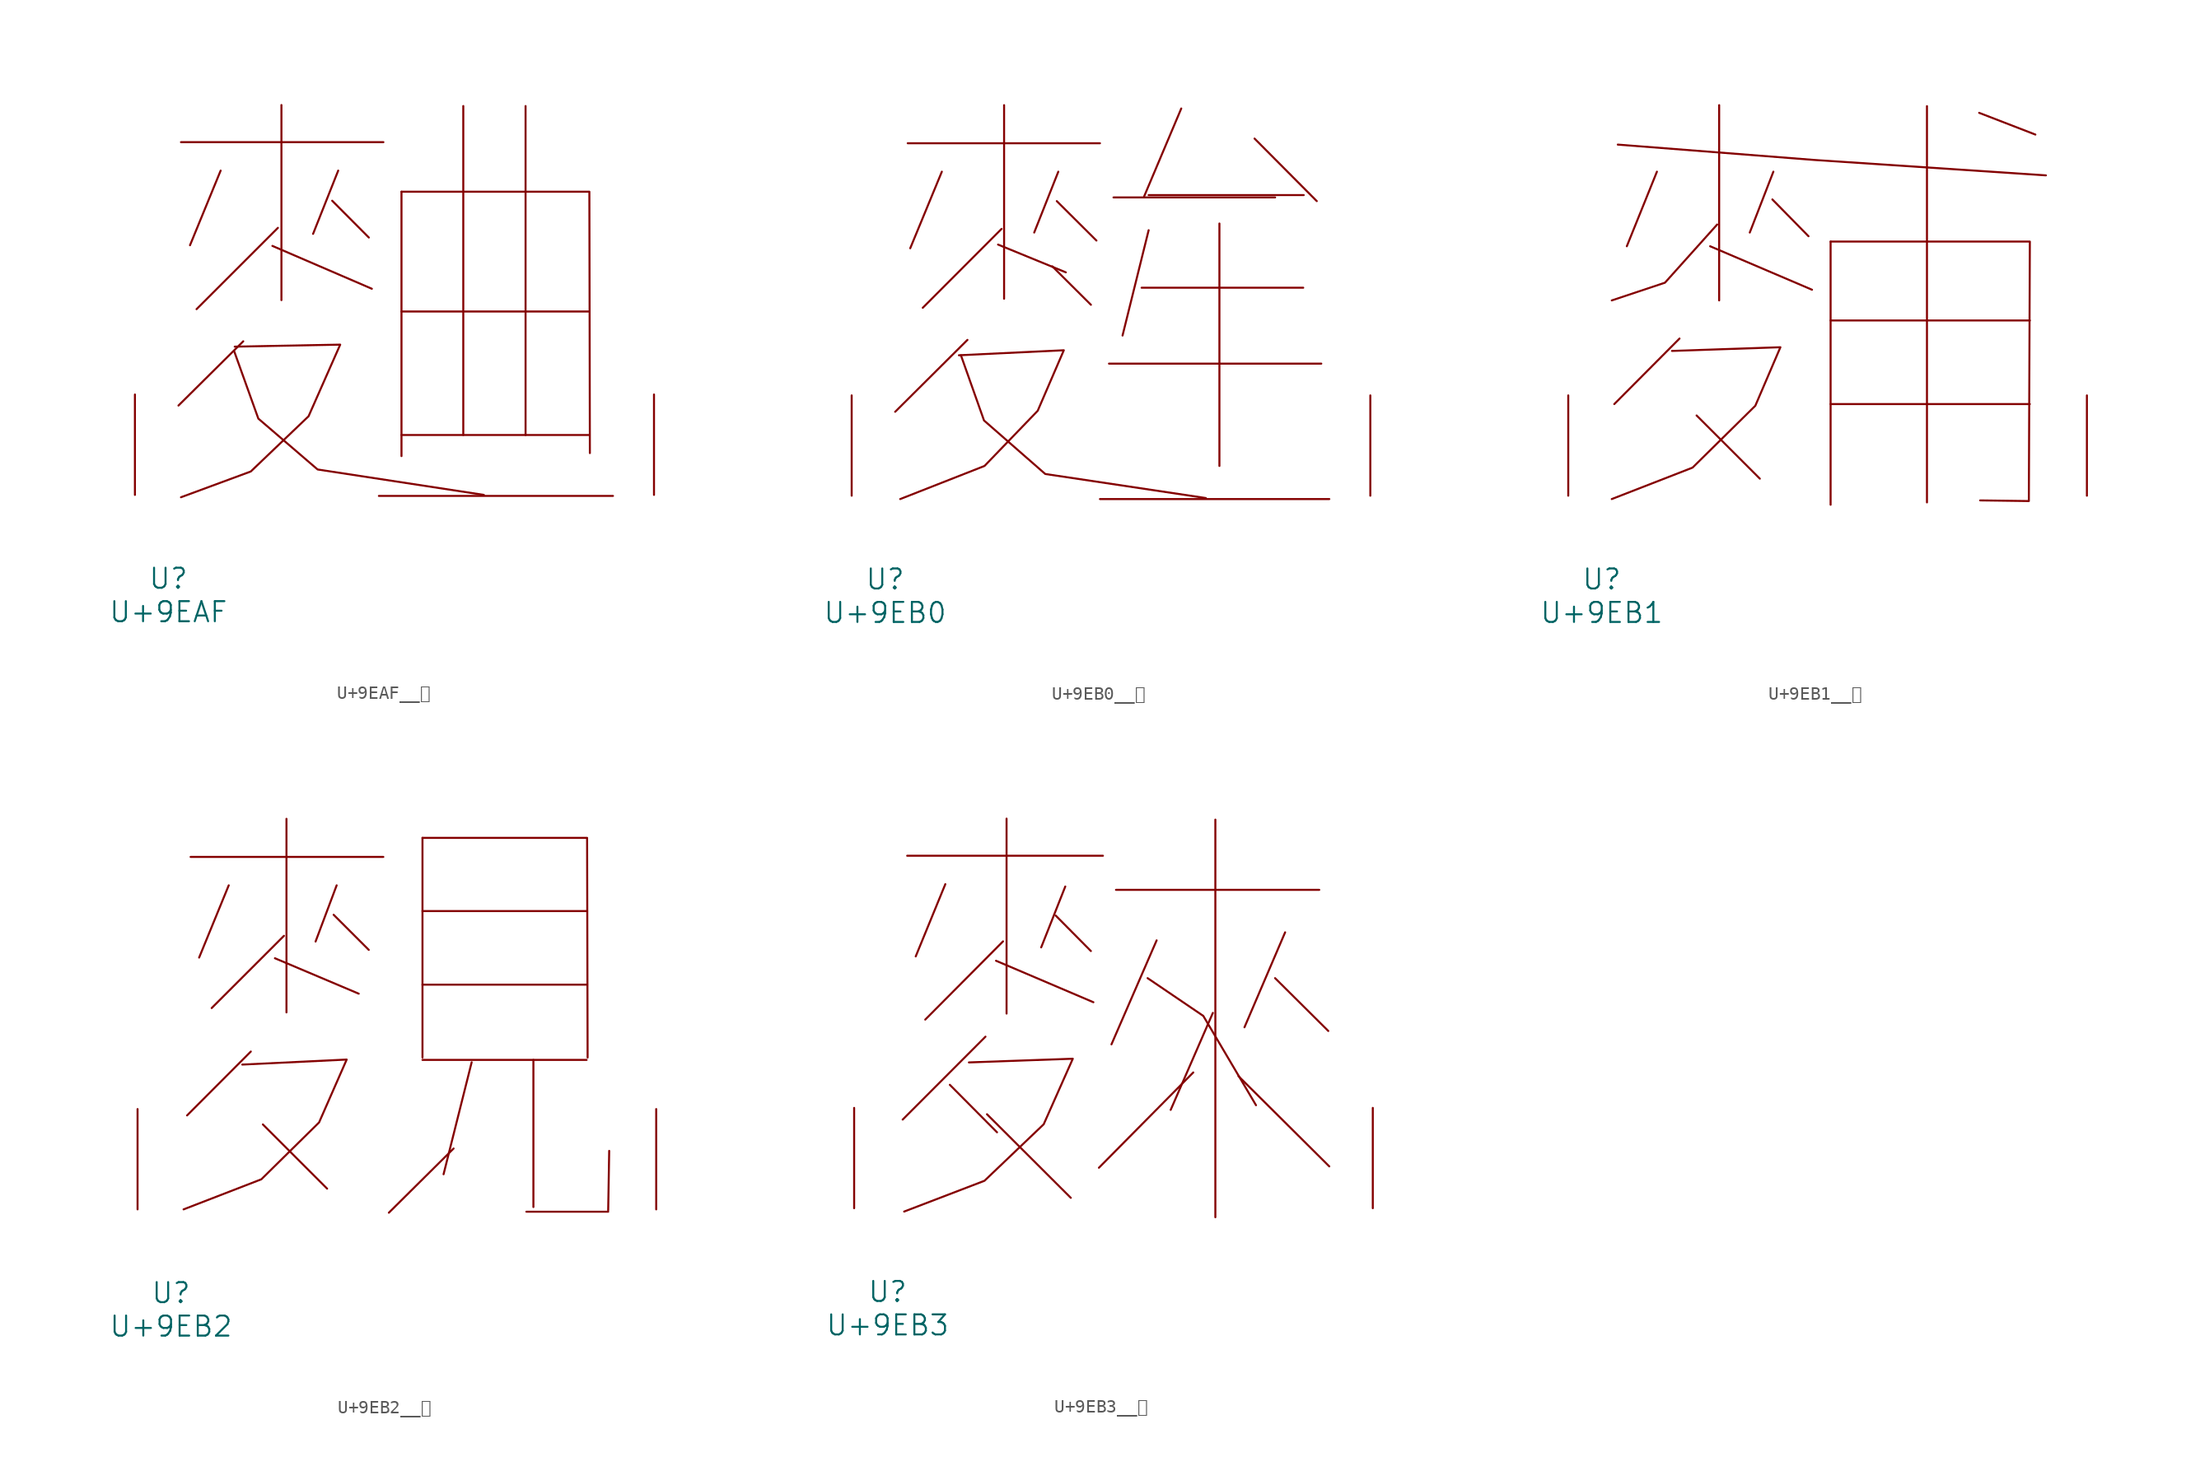
<source format=kicad_sym>
(kicad_symbol_lib
  (version 20231120)
  (generator "kicad_symbol_editor")
  (generator_version "8.0")
  (symbol "U+9EAF__麯"
    (pin_names
      (offset 1.016))
    (property "Reference" "U"
      (at 0 -6.35 0)
      (effects (font (size 1.524 1.524))))
    (property "Value" "U+9EAF"
      (at 0 -8.89 0)
      (effects (font (size 1.524 1.524))))
    (symbol "U+9EAF__麯_0_1"
      (polyline (pts (xy 0.953 26.772) (xy 16.307 26.772)) (stroke (width 0) (type solid)) (fill (type none)))
      (polyline (pts (xy 3.962 24.613) (xy 1.638 18.948)) (stroke (width 0) (type solid)) (fill (type none)))
      (polyline (pts (xy 5.677 11.659) (xy 0.762 6.782)) (stroke (width 0) (type solid)) (fill (type none)))
      (polyline (pts (xy 7.887 18.898) (xy 15.431 15.646)) (stroke (width 0) (type solid)) (fill (type none)))
      (polyline (pts (xy 8.306 20.269) (xy 2.134 14.097)) (stroke (width 0) (type solid)) (fill (type none)))
      (polyline (pts (xy 8.572 29.591) (xy 8.572 14.783)) (stroke (width 0) (type solid)) (fill (type none)))
      (polyline (pts (xy 12.421 22.327) (xy 15.202 19.533)) (stroke (width 0) (type solid)) (fill (type none)))
      (polyline (pts (xy 12.878 24.613) (xy 10.973 19.812)) (stroke (width 0) (type solid)) (fill (type none)))
      (polyline (pts (xy 15.964 -0.076) (xy 33.718 -0.076)) (stroke (width 0) (type solid)) (fill (type none)))
      (polyline (pts (xy 17.678 4.547) (xy 31.89 4.547)) (stroke (width 0) (type solid)) (fill (type none)))
      (polyline (pts (xy 17.678 13.919) (xy 31.89 13.919)) (stroke (width 0) (type solid)) (fill (type none)))
      (polyline (pts (xy 17.678 23.012) (xy 17.678 2.946)) (stroke (width 0) (type solid)) (fill (type none)))
      (polyline (pts (xy 22.365 29.515) (xy 22.365 4.547)) (stroke (width 0) (type solid)) (fill (type none)))
      (polyline (pts (xy 27.089 29.515) (xy 27.089 4.547)) (stroke (width 0) (type solid)) (fill (type none)))
      (polyline (pts (xy 17.678 23.012) (xy 31.928 23.012) (xy 31.966 3.175)) (stroke (width 0) (type solid)) (fill (type none)))
      (polyline (pts (xy 4.991 10.897) (xy 6.82 5.791) (xy 11.316 1.93) (xy 23.927 0)) (stroke (width 0) (type solid)) (fill (type none)))
      (polyline (pts (xy 5.029 11.252) (xy 13.03 11.405) (xy 10.63 5.969) (xy 6.248 1.778) (xy 0.953 -0.178)) (stroke (width 0) (type solid)) (fill (type none)))
      (pin input line (at -2.54 0 90) (length 7.62) (name "~" (effects (font (size 1.27 1.27)))) (number "~" (effects (font (size 1.27 1.27)))))
      (pin input line (at 36.83 0 90) (length 7.62) (name "~" (effects (font (size 1.27 1.27)))) (number "~" (effects (font (size 1.27 1.27)))))))
  (symbol "U+9EB0__麰"
    (pin_names
      (offset 1.016))
    (property "Reference" "U"
      (at 0 -6.35 0)
      (effects (font (size 1.524 1.524))))
    (property "Value" "U+9EB0"
      (at 0 -8.89 0)
      (effects (font (size 1.524 1.524))))
    (symbol "U+9EB0__麰_0_1"
      (polyline (pts (xy 1.714 26.772) (xy 16.307 26.772)) (stroke (width 0) (type solid)) (fill (type none)))
      (polyline (pts (xy 4.305 24.613) (xy 1.905 18.796)) (stroke (width 0) (type solid)) (fill (type none)))
      (polyline (pts (xy 6.248 11.836) (xy 0.762 6.375)) (stroke (width 0) (type solid)) (fill (type none)))
      (polyline (pts (xy 8.572 19.075) (xy 13.716 16.967)) (stroke (width 0) (type solid)) (fill (type none)))
      (polyline (pts (xy 8.839 20.269) (xy 2.857 14.275)) (stroke (width 0) (type solid)) (fill (type none)))
      (polyline (pts (xy 9.03 29.667) (xy 9.03 14.961)) (stroke (width 0) (type solid)) (fill (type none)))
      (polyline (pts (xy 12.687 17.424) (xy 15.621 14.503)) (stroke (width 0) (type solid)) (fill (type none)))
      (polyline (pts (xy 13.03 22.377) (xy 16.04 19.38)) (stroke (width 0) (type solid)) (fill (type none)))
      (polyline (pts (xy 13.145 24.613) (xy 11.316 19.99)) (stroke (width 0) (type solid)) (fill (type none)))
      (polyline (pts (xy 16.307 -0.254) (xy 33.718 -0.254)) (stroke (width 0) (type solid)) (fill (type none)))
      (polyline (pts (xy 16.993 10.033) (xy 33.109 10.033)) (stroke (width 0) (type solid)) (fill (type none)))
      (polyline (pts (xy 17.335 22.657) (xy 29.604 22.657)) (stroke (width 0) (type solid)) (fill (type none)))
      (polyline (pts (xy 19.469 15.799) (xy 31.737 15.799)) (stroke (width 0) (type solid)) (fill (type none)))
      (polyline (pts (xy 20.003 20.168) (xy 18.021 12.167)) (stroke (width 0) (type solid)) (fill (type none)))
      (polyline (pts (xy 20.003 22.835) (xy 31.775 22.835)) (stroke (width 0) (type solid)) (fill (type none)))
      (polyline (pts (xy 22.479 29.413) (xy 19.66 22.733)) (stroke (width 0) (type solid)) (fill (type none)))
      (polyline (pts (xy 25.375 20.676) (xy 25.375 2.261)) (stroke (width 0) (type solid)) (fill (type none)))
      (polyline (pts (xy 28.042 27.127) (xy 32.766 22.377)) (stroke (width 0) (type solid)) (fill (type none)))
      (polyline (pts (xy 5.753 10.668) (xy 7.506 5.715) (xy 12.154 1.651) (xy 24.346 -0.178)) (stroke (width 0) (type solid)) (fill (type none)))
      (polyline (pts (xy 5.601 10.668) (xy 13.564 11.049) (xy 11.582 6.452) (xy 7.544 2.261) (xy 1.143 -0.254)) (stroke (width 0) (type solid)) (fill (type none)))
      (pin input line (at -2.54 0 90) (length 7.62) (name "~" (effects (font (size 1.27 1.27)))) (number "~" (effects (font (size 1.27 1.27)))))
      (pin input line (at 36.83 0 90) (length 7.62) (name "~" (effects (font (size 1.27 1.27)))) (number "~" (effects (font (size 1.27 1.27)))))))
  (symbol "U+9EB1__麱"
    (pin_names
      (offset 1.016))
    (property "Reference" "U"
      (at 0 -6.35 0)
      (effects (font (size 1.524 1.524))))
    (property "Value" "U+9EB1"
      (at 0 -8.89 0)
      (effects (font (size 1.524 1.524))))
    (symbol "U+9EB1__麱_0_1"
      (polyline (pts (xy 4.191 24.613) (xy 1.905 18.948)) (stroke (width 0) (type solid)) (fill (type none)))
      (polyline (pts (xy 5.905 11.938) (xy 0.953 6.96)) (stroke (width 0) (type solid)) (fill (type none)))
      (polyline (pts (xy 7.201 6.096) (xy 12.002 1.295)) (stroke (width 0) (type solid)) (fill (type none)))
      (polyline (pts (xy 8.23 18.948) (xy 15.964 15.646)) (stroke (width 0) (type solid)) (fill (type none)))
      (polyline (pts (xy 8.915 29.667) (xy 8.915 14.834)) (stroke (width 0) (type solid)) (fill (type none)))
      (polyline (pts (xy 12.954 22.504) (xy 15.697 19.71)) (stroke (width 0) (type solid)) (fill (type none)))
      (polyline (pts (xy 13.03 24.613) (xy 11.239 19.99)) (stroke (width 0) (type solid)) (fill (type none)))
      (polyline (pts (xy 17.374 6.96) (xy 32.499 6.96)) (stroke (width 0) (type solid)) (fill (type none)))
      (polyline (pts (xy 17.374 13.31) (xy 32.499 13.31)) (stroke (width 0) (type solid)) (fill (type none)))
      (polyline (pts (xy 17.374 19.304) (xy 17.374 -0.686)) (stroke (width 0) (type solid)) (fill (type none)))
      (polyline (pts (xy 24.689 29.591) (xy 24.689 -0.508)) (stroke (width 0) (type solid)) (fill (type none)))
      (polyline (pts (xy 28.651 29.083) (xy 32.918 27.432)) (stroke (width 0) (type solid)) (fill (type none)))
      (polyline (pts (xy 1.219 26.67) (xy 16.154 25.502) (xy 33.718 24.333)) (stroke (width 0) (type solid)) (fill (type none)))
      (polyline (pts (xy 8.763 20.599) (xy 4.801 16.18) (xy 0.762 14.834)) (stroke (width 0) (type solid)) (fill (type none)))
      (polyline (pts (xy 17.374 19.304) (xy 32.499 19.304) (xy 32.423 -0.406) (xy 28.727 -0.356)) (stroke (width 0) (type solid)) (fill (type none)))
      (polyline (pts (xy 5.334 10.998) (xy 13.564 11.278) (xy 11.659 6.833) (xy 6.896 2.134) (xy 0.762 -0.254)) (stroke (width 0) (type solid)) (fill (type none)))
      (pin input line (at -2.54 0 90) (length 7.62) (name "~" (effects (font (size 1.27 1.27)))) (number "~" (effects (font (size 1.27 1.27)))))
      (pin input line (at 36.83 0 90) (length 7.62) (name "~" (effects (font (size 1.27 1.27)))) (number "~" (effects (font (size 1.27 1.27)))))))
  (symbol "U+9EB2__麲"
    (pin_names
      (offset 1.016))
    (property "Reference" "U"
      (at 0 -6.35 0)
      (effects (font (size 1.524 1.524))))
    (property "Value" "U+9EB2"
      (at 0 -8.89 0)
      (effects (font (size 1.524 1.524))))
    (symbol "U+9EB2__麲_0_1"
      (polyline (pts (xy 1.486 26.772) (xy 16.116 26.772)) (stroke (width 0) (type solid)) (fill (type none)))
      (polyline (pts (xy 4.381 24.613) (xy 2.134 19.126)) (stroke (width 0) (type solid)) (fill (type none)))
      (polyline (pts (xy 6.058 11.989) (xy 1.219 7.137)) (stroke (width 0) (type solid)) (fill (type none)))
      (polyline (pts (xy 6.972 6.452) (xy 11.849 1.575)) (stroke (width 0) (type solid)) (fill (type none)))
      (polyline (pts (xy 7.887 19.075) (xy 14.249 16.383)) (stroke (width 0) (type solid)) (fill (type none)))
      (polyline (pts (xy 8.572 20.777) (xy 3.086 15.291)) (stroke (width 0) (type solid)) (fill (type none)))
      (polyline (pts (xy 8.763 29.667) (xy 8.763 14.961)) (stroke (width 0) (type solid)) (fill (type none)))
      (polyline (pts (xy 12.344 22.377) (xy 15.011 19.71)) (stroke (width 0) (type solid)) (fill (type none)))
      (polyline (pts (xy 12.573 24.613) (xy 10.973 20.345)) (stroke (width 0) (type solid)) (fill (type none)))
      (polyline (pts (xy 19.088 11.354) (xy 31.547 11.354)) (stroke (width 0) (type solid)) (fill (type none)))
      (polyline (pts (xy 19.088 17.069) (xy 31.547 17.069)) (stroke (width 0) (type solid)) (fill (type none)))
      (polyline (pts (xy 19.088 22.657) (xy 31.547 22.657)) (stroke (width 0) (type solid)) (fill (type none)))
      (polyline (pts (xy 19.088 28.219) (xy 19.088 11.532)) (stroke (width 0) (type solid)) (fill (type none)))
      (polyline (pts (xy 21.45 4.623) (xy 16.535 -0.254)) (stroke (width 0) (type solid)) (fill (type none)))
      (polyline (pts (xy 22.822 11.176) (xy 20.688 2.667)) (stroke (width 0) (type solid)) (fill (type none)))
      (polyline (pts (xy 26.975 -0.178) (xy 33.185 -0.178)) (stroke (width 0) (type solid)) (fill (type none)))
      (polyline (pts (xy 27.508 11.354) (xy 27.508 0.178)) (stroke (width 0) (type solid)) (fill (type none)))
      (polyline (pts (xy 33.261 4.445) (xy 33.185 -0.076)) (stroke (width 0) (type solid)) (fill (type none)))
      (polyline (pts (xy 19.088 28.219) (xy 31.585 28.219) (xy 31.623 11.532)) (stroke (width 0) (type solid)) (fill (type none)))
      (polyline (pts (xy 5.41 10.998) (xy 13.335 11.379) (xy 11.239 6.604) (xy 6.858 2.286) (xy 0.953 0)) (stroke (width 0) (type solid)) (fill (type none)))
      (pin input line (at -2.54 0 90) (length 7.62) (name "~" (effects (font (size 1.27 1.27)))) (number "~" (effects (font (size 1.27 1.27)))))
      (pin input line (at 36.83 0 90) (length 7.62) (name "~" (effects (font (size 1.27 1.27)))) (number "~" (effects (font (size 1.27 1.27)))))))
  (symbol "U+9EB3__麳"
    (pin_names
      (offset 1.016))
    (property "Reference" "U"
      (at 0 -6.35 0)
      (effects (font (size 1.524 1.524))))
    (property "Value" "U+9EB3"
      (at 0 -8.89 0)
      (effects (font (size 1.524 1.524))))
    (symbol "U+9EB3__麳_0_1"
      (polyline (pts (xy 1.486 26.772) (xy 16.345 26.772)) (stroke (width 0) (type solid)) (fill (type none)))
      (polyline (pts (xy 4.381 24.613) (xy 2.134 19.126)) (stroke (width 0) (type solid)) (fill (type none)))
      (polyline (pts (xy 4.724 9.373) (xy 8.306 5.766)) (stroke (width 0) (type solid)) (fill (type none)))
      (polyline (pts (xy 7.429 13.03) (xy 1.143 6.731)) (stroke (width 0) (type solid)) (fill (type none)))
      (polyline (pts (xy 7.544 7.137) (xy 13.906 0.787)) (stroke (width 0) (type solid)) (fill (type none)))
      (polyline (pts (xy 8.23 18.796) (xy 15.621 15.646)) (stroke (width 0) (type solid)) (fill (type none)))
      (polyline (pts (xy 8.763 20.269) (xy 2.857 14.326)) (stroke (width 0) (type solid)) (fill (type none)))
      (polyline (pts (xy 9.03 29.591) (xy 9.03 14.783)) (stroke (width 0) (type solid)) (fill (type none)))
      (polyline (pts (xy 12.764 22.225) (xy 15.431 19.533)) (stroke (width 0) (type solid)) (fill (type none)))
      (polyline (pts (xy 13.487 24.435) (xy 11.659 19.812)) (stroke (width 0) (type solid)) (fill (type none)))
      (polyline (pts (xy 17.335 24.181) (xy 32.766 24.181)) (stroke (width 0) (type solid)) (fill (type none)))
      (polyline (pts (xy 20.422 20.345) (xy 16.993 12.446)) (stroke (width 0) (type solid)) (fill (type none)))
      (polyline (pts (xy 23.203 10.312) (xy 16.04 3.073)) (stroke (width 0) (type solid)) (fill (type none)))
      (polyline (pts (xy 24.689 14.834) (xy 21.488 7.468)) (stroke (width 0) (type solid)) (fill (type none)))
      (polyline (pts (xy 24.879 29.515) (xy 24.879 -0.686)) (stroke (width 0) (type solid)) (fill (type none)))
      (polyline (pts (xy 26.632 10.033) (xy 33.528 3.175)) (stroke (width 0) (type solid)) (fill (type none)))
      (polyline (pts (xy 29.413 17.475) (xy 33.452 13.462)) (stroke (width 0) (type solid)) (fill (type none)))
      (polyline (pts (xy 30.175 20.955) (xy 27.089 13.741)) (stroke (width 0) (type solid)) (fill (type none)))
      (polyline (pts (xy 19.736 17.475) (xy 23.965 14.605) (xy 27.965 7.823)) (stroke (width 0) (type solid)) (fill (type none)))
      (polyline (pts (xy 6.172 11.074) (xy 14.059 11.354) (xy 11.849 6.375) (xy 7.353 2.083) (xy 1.257 -0.254)) (stroke (width 0) (type solid)) (fill (type none)))
      (pin input line (at -2.54 0 90) (length 7.62) (name "~" (effects (font (size 1.27 1.27)))) (number "~" (effects (font (size 1.27 1.27)))))
      (pin input line (at 36.83 0 90) (length 7.62) (name "~" (effects (font (size 1.27 1.27)))) (number "~" (effects (font (size 1.27 1.27))))))))
</source>
